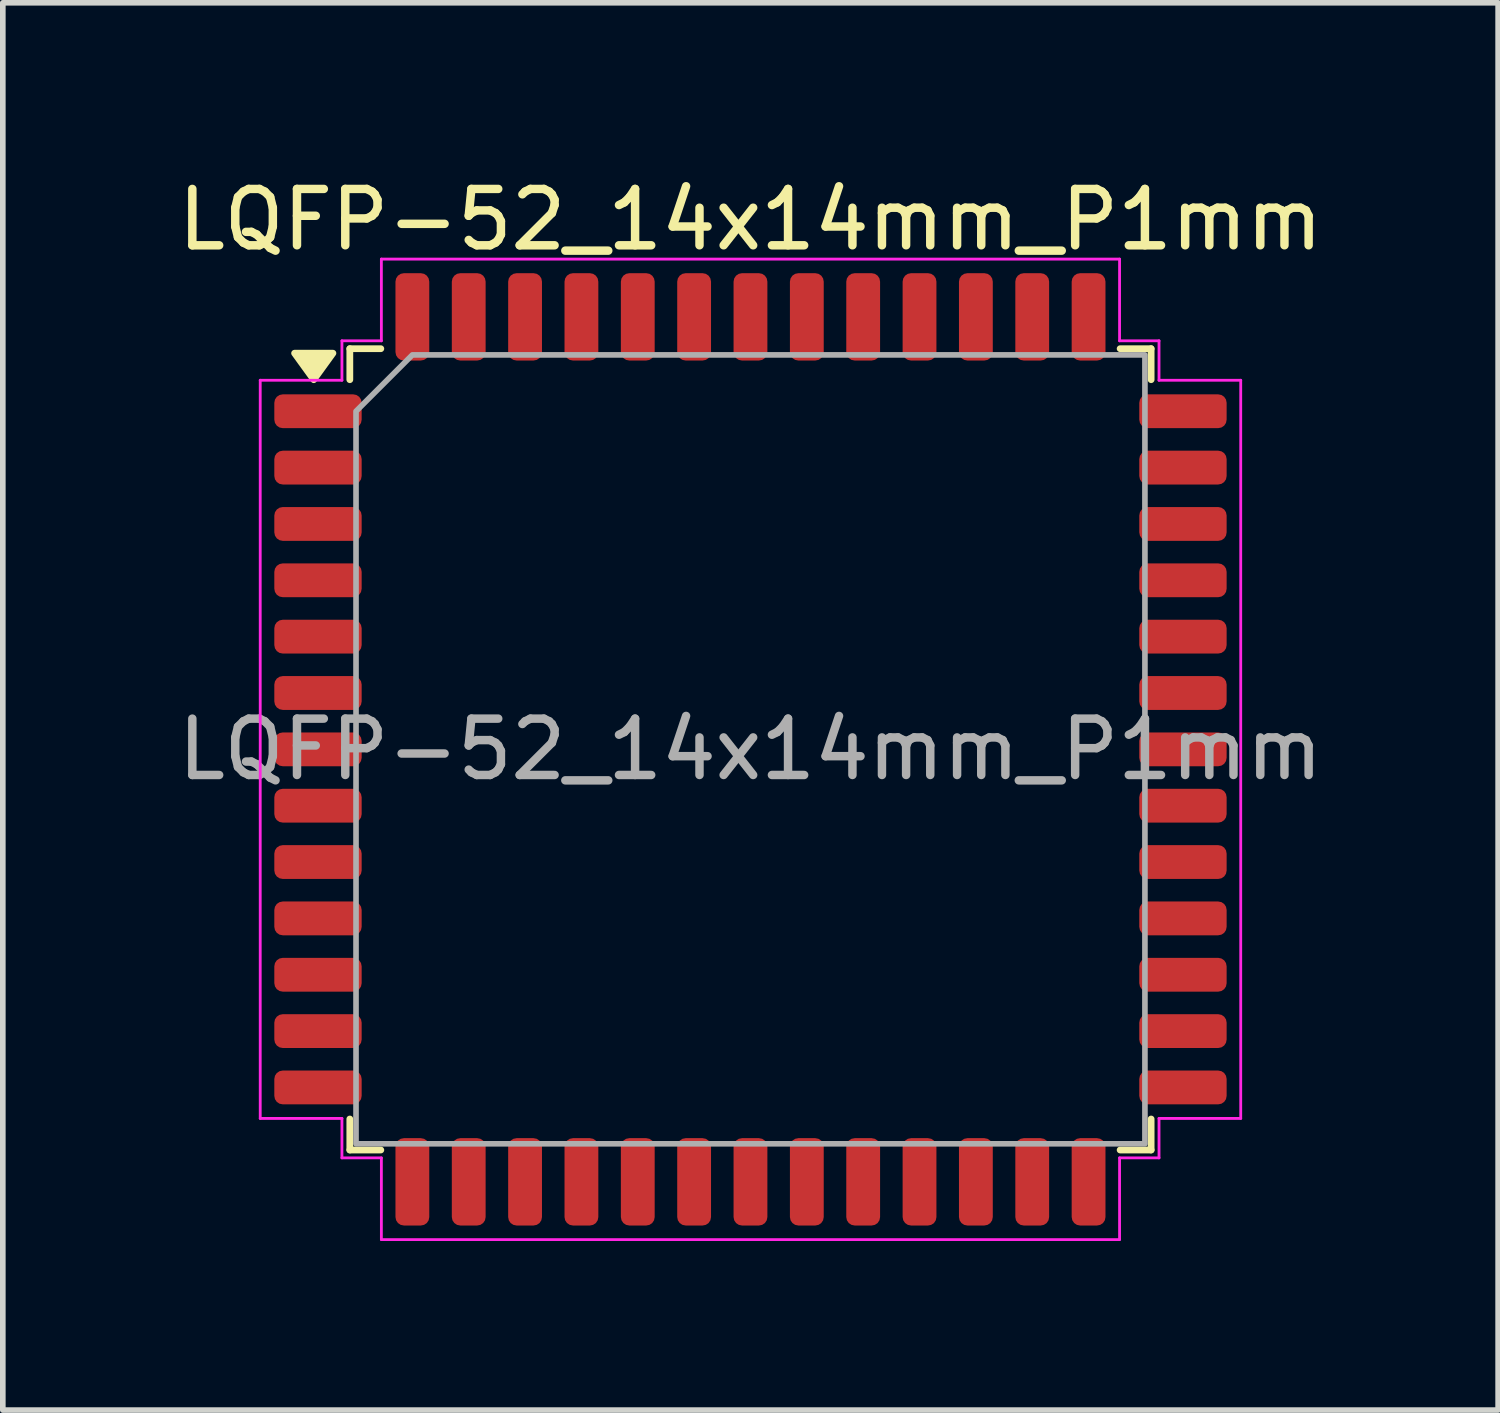
<source format=kicad_pcb>
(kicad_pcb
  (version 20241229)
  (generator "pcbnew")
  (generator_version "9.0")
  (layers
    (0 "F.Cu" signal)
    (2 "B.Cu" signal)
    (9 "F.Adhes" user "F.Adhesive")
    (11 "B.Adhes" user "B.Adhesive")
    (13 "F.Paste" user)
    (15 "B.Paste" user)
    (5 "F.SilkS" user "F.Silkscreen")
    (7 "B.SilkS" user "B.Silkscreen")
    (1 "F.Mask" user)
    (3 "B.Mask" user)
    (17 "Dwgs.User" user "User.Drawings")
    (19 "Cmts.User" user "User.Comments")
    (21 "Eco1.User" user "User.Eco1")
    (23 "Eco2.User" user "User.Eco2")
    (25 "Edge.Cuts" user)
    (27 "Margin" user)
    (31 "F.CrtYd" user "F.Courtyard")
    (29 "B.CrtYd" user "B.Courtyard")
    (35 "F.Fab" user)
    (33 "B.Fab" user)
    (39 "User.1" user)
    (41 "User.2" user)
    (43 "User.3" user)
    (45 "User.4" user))
  (footprint "LQFP-52_14x14mm_P1mm"
    (layer "F.Cu")
    (at 10.268 10.248)
    (property "Reference" "LQFP-52_14x14mm_P1mm" (at 0 -9.4 0) (layer "F.SilkS") (effects (font (size 1 1) (thickness 0.15))))
    (attr smd)
    (fp_line (start -7.11 -7.11) (end -6.56 -7.11) (stroke (width 0.12) (type solid)) (layer "F.SilkS"))
    (fp_line (start -7.11 -6.56) (end -7.11 -7.11) (stroke (width 0.12) (type solid)) (layer "F.SilkS"))
    (fp_line (start -7.11 7.11) (end -7.11 6.56) (stroke (width 0.12) (type solid)) (layer "F.SilkS"))
    (fp_line (start -6.56 7.11) (end -7.11 7.11) (stroke (width 0.12) (type solid)) (layer "F.SilkS"))
    (fp_line (start 6.56 -7.11) (end 7.11 -7.11) (stroke (width 0.12) (type solid)) (layer "F.SilkS"))
    (fp_line (start 7.11 -7.11) (end 7.11 -6.56) (stroke (width 0.12) (type solid)) (layer "F.SilkS"))
    (fp_line (start 7.11 6.56) (end 7.11 7.11) (stroke (width 0.12) (type solid)) (layer "F.SilkS"))
    (fp_line (start 7.11 7.11) (end 6.56 7.11) (stroke (width 0.12) (type solid)) (layer "F.SilkS"))
    (fp_poly (pts (xy -7.75 -6.56) (xy -8.09 -7.03) (xy -7.41 -7.03)) (stroke (width 0.12) (type solid)) (fill yes) (layer "F.SilkS"))
    (fp_line (start -8.7 -6.55) (end -7.25 -6.55) (stroke (width 0.05) (type solid)) (layer "F.CrtYd"))
    (fp_line (start -8.7 6.55) (end -8.7 -6.55) (stroke (width 0.05) (type solid)) (layer "F.CrtYd"))
    (fp_line (start -7.25 -7.25) (end -6.55 -7.25) (stroke (width 0.05) (type solid)) (layer "F.CrtYd"))
    (fp_line (start -7.25 -6.55) (end -7.25 -7.25) (stroke (width 0.05) (type solid)) (layer "F.CrtYd"))
    (fp_line (start -7.25 6.55) (end -8.7 6.55) (stroke (width 0.05) (type solid)) (layer "F.CrtYd"))
    (fp_line (start -7.25 7.25) (end -7.25 6.55) (stroke (width 0.05) (type solid)) (layer "F.CrtYd"))
    (fp_line (start -6.55 -8.7) (end 6.55 -8.7) (stroke (width 0.05) (type solid)) (layer "F.CrtYd"))
    (fp_line (start -6.55 -7.25) (end -6.55 -8.7) (stroke (width 0.05) (type solid)) (layer "F.CrtYd"))
    (fp_line (start -6.55 7.25) (end -7.25 7.25) (stroke (width 0.05) (type solid)) (layer "F.CrtYd"))
    (fp_line (start -6.55 8.7) (end -6.55 7.25) (stroke (width 0.05) (type solid)) (layer "F.CrtYd"))
    (fp_line (start 6.55 -8.7) (end 6.55 -7.25) (stroke (width 0.05) (type solid)) (layer "F.CrtYd"))
    (fp_line (start 6.55 -7.25) (end 7.25 -7.25) (stroke (width 0.05) (type solid)) (layer "F.CrtYd"))
    (fp_line (start 6.55 7.25) (end 6.55 8.7) (stroke (width 0.05) (type solid)) (layer "F.CrtYd"))
    (fp_line (start 6.55 8.7) (end -6.55 8.7) (stroke (width 0.05) (type solid)) (layer "F.CrtYd"))
    (fp_line (start 7.25 -7.25) (end 7.25 -6.55) (stroke (width 0.05) (type solid)) (layer "F.CrtYd"))
    (fp_line (start 7.25 -6.55) (end 8.7 -6.55) (stroke (width 0.05) (type solid)) (layer "F.CrtYd"))
    (fp_line (start 7.25 6.55) (end 7.25 7.25) (stroke (width 0.05) (type solid)) (layer "F.CrtYd"))
    (fp_line (start 7.25 7.25) (end 6.55 7.25) (stroke (width 0.05) (type solid)) (layer "F.CrtYd"))
    (fp_line (start 8.7 -6.55) (end 8.7 6.55) (stroke (width 0.05) (type solid)) (layer "F.CrtYd"))
    (fp_line (start 8.7 6.55) (end 7.25 6.55) (stroke (width 0.05) (type solid)) (layer "F.CrtYd"))
    (fp_poly (pts (xy -7 -6) (xy -7 7) (xy 7 7) (xy 7 -7) (xy -6 -7)) (stroke (width 0.1) (type solid)) (fill no) (layer "F.Fab"))
    (fp_text user "${REFERENCE}" (at 0 0 0) (layer "F.Fab") (effects (font (size 1 1) (thickness 0.15))))
    (pad "1" smd roundrect (at -7.675 -6) (size 1.55 0.6) (layers "F.Cu" "F.Mask" "F.Paste") (roundrect_rratio 0.25))
    (pad "2" smd roundrect (at -7.675 -5) (size 1.55 0.6) (layers "F.Cu" "F.Mask" "F.Paste") (roundrect_rratio 0.25))
    (pad "3" smd roundrect (at -7.675 -4) (size 1.55 0.6) (layers "F.Cu" "F.Mask" "F.Paste") (roundrect_rratio 0.25))
    (pad "4" smd roundrect (at -7.675 -3) (size 1.55 0.6) (layers "F.Cu" "F.Mask" "F.Paste") (roundrect_rratio 0.25))
    (pad "5" smd roundrect (at -7.675 -2) (size 1.55 0.6) (layers "F.Cu" "F.Mask" "F.Paste") (roundrect_rratio 0.25))
    (pad "6" smd roundrect (at -7.675 -1) (size 1.55 0.6) (layers "F.Cu" "F.Mask" "F.Paste") (roundrect_rratio 0.25))
    (pad "7" smd roundrect (at -7.675 0) (size 1.55 0.6) (layers "F.Cu" "F.Mask" "F.Paste") (roundrect_rratio 0.25))
    (pad "8" smd roundrect (at -7.675 1) (size 1.55 0.6) (layers "F.Cu" "F.Mask" "F.Paste") (roundrect_rratio 0.25))
    (pad "9" smd roundrect (at -7.675 2) (size 1.55 0.6) (layers "F.Cu" "F.Mask" "F.Paste") (roundrect_rratio 0.25))
    (pad "10" smd roundrect (at -7.675 3) (size 1.55 0.6) (layers "F.Cu" "F.Mask" "F.Paste") (roundrect_rratio 0.25))
    (pad "11" smd roundrect (at -7.675 4) (size 1.55 0.6) (layers "F.Cu" "F.Mask" "F.Paste") (roundrect_rratio 0.25))
    (pad "12" smd roundrect (at -7.675 5) (size 1.55 0.6) (layers "F.Cu" "F.Mask" "F.Paste") (roundrect_rratio 0.25))
    (pad "13" smd roundrect (at -7.675 6) (size 1.55 0.6) (layers "F.Cu" "F.Mask" "F.Paste") (roundrect_rratio 0.25))
    (pad "14" smd roundrect (at -6 7.675) (size 0.6 1.55) (layers "F.Cu" "F.Mask" "F.Paste") (roundrect_rratio 0.25))
    (pad "15" smd roundrect (at -5 7.675) (size 0.6 1.55) (layers "F.Cu" "F.Mask" "F.Paste") (roundrect_rratio 0.25))
    (pad "16" smd roundrect (at -4 7.675) (size 0.6 1.55) (layers "F.Cu" "F.Mask" "F.Paste") (roundrect_rratio 0.25))
    (pad "17" smd roundrect (at -3 7.675) (size 0.6 1.55) (layers "F.Cu" "F.Mask" "F.Paste") (roundrect_rratio 0.25))
    (pad "18" smd roundrect (at -2 7.675) (size 0.6 1.55) (layers "F.Cu" "F.Mask" "F.Paste") (roundrect_rratio 0.25))
    (pad "19" smd roundrect (at -1 7.675) (size 0.6 1.55) (layers "F.Cu" "F.Mask" "F.Paste") (roundrect_rratio 0.25))
    (pad "20" smd roundrect (at 0 7.675) (size 0.6 1.55) (layers "F.Cu" "F.Mask" "F.Paste") (roundrect_rratio 0.25))
    (pad "21" smd roundrect (at 1 7.675) (size 0.6 1.55) (layers "F.Cu" "F.Mask" "F.Paste") (roundrect_rratio 0.25))
    (pad "22" smd roundrect (at 2 7.675) (size 0.6 1.55) (layers "F.Cu" "F.Mask" "F.Paste") (roundrect_rratio 0.25))
    (pad "23" smd roundrect (at 3 7.675) (size 0.6 1.55) (layers "F.Cu" "F.Mask" "F.Paste") (roundrect_rratio 0.25))
    (pad "24" smd roundrect (at 4 7.675) (size 0.6 1.55) (layers "F.Cu" "F.Mask" "F.Paste") (roundrect_rratio 0.25))
    (pad "25" smd roundrect (at 5 7.675) (size 0.6 1.55) (layers "F.Cu" "F.Mask" "F.Paste") (roundrect_rratio 0.25))
    (pad "26" smd roundrect (at 6 7.675) (size 0.6 1.55) (layers "F.Cu" "F.Mask" "F.Paste") (roundrect_rratio 0.25))
    (pad "27" smd roundrect (at 7.675 6) (size 1.55 0.6) (layers "F.Cu" "F.Mask" "F.Paste") (roundrect_rratio 0.25))
    (pad "28" smd roundrect (at 7.675 5) (size 1.55 0.6) (layers "F.Cu" "F.Mask" "F.Paste") (roundrect_rratio 0.25))
    (pad "29" smd roundrect (at 7.675 4) (size 1.55 0.6) (layers "F.Cu" "F.Mask" "F.Paste") (roundrect_rratio 0.25))
    (pad "30" smd roundrect (at 7.675 3) (size 1.55 0.6) (layers "F.Cu" "F.Mask" "F.Paste") (roundrect_rratio 0.25))
    (pad "31" smd roundrect (at 7.675 2) (size 1.55 0.6) (layers "F.Cu" "F.Mask" "F.Paste") (roundrect_rratio 0.25))
    (pad "32" smd roundrect (at 7.675 1) (size 1.55 0.6) (layers "F.Cu" "F.Mask" "F.Paste") (roundrect_rratio 0.25))
    (pad "33" smd roundrect (at 7.675 0) (size 1.55 0.6) (layers "F.Cu" "F.Mask" "F.Paste") (roundrect_rratio 0.25))
    (pad "34" smd roundrect (at 7.675 -1) (size 1.55 0.6) (layers "F.Cu" "F.Mask" "F.Paste") (roundrect_rratio 0.25))
    (pad "35" smd roundrect (at 7.675 -2) (size 1.55 0.6) (layers "F.Cu" "F.Mask" "F.Paste") (roundrect_rratio 0.25))
    (pad "36" smd roundrect (at 7.675 -3) (size 1.55 0.6) (layers "F.Cu" "F.Mask" "F.Paste") (roundrect_rratio 0.25))
    (pad "37" smd roundrect (at 7.675 -4) (size 1.55 0.6) (layers "F.Cu" "F.Mask" "F.Paste") (roundrect_rratio 0.25))
    (pad "38" smd roundrect (at 7.675 -5) (size 1.55 0.6) (layers "F.Cu" "F.Mask" "F.Paste") (roundrect_rratio 0.25))
    (pad "39" smd roundrect (at 7.675 -6) (size 1.55 0.6) (layers "F.Cu" "F.Mask" "F.Paste") (roundrect_rratio 0.25))
    (pad "40" smd roundrect (at 6 -7.675) (size 0.6 1.55) (layers "F.Cu" "F.Mask" "F.Paste") (roundrect_rratio 0.25))
    (pad "41" smd roundrect (at 5 -7.675) (size 0.6 1.55) (layers "F.Cu" "F.Mask" "F.Paste") (roundrect_rratio 0.25))
    (pad "42" smd roundrect (at 4 -7.675) (size 0.6 1.55) (layers "F.Cu" "F.Mask" "F.Paste") (roundrect_rratio 0.25))
    (pad "43" smd roundrect (at 3 -7.675) (size 0.6 1.55) (layers "F.Cu" "F.Mask" "F.Paste") (roundrect_rratio 0.25))
    (pad "44" smd roundrect (at 2 -7.675) (size 0.6 1.55) (layers "F.Cu" "F.Mask" "F.Paste") (roundrect_rratio 0.25))
    (pad "45" smd roundrect (at 1 -7.675) (size 0.6 1.55) (layers "F.Cu" "F.Mask" "F.Paste") (roundrect_rratio 0.25))
    (pad "46" smd roundrect (at 0 -7.675) (size 0.6 1.55) (layers "F.Cu" "F.Mask" "F.Paste") (roundrect_rratio 0.25))
    (pad "47" smd roundrect (at -1 -7.675) (size 0.6 1.55) (layers "F.Cu" "F.Mask" "F.Paste") (roundrect_rratio 0.25))
    (pad "48" smd roundrect (at -2 -7.675) (size 0.6 1.55) (layers "F.Cu" "F.Mask" "F.Paste") (roundrect_rratio 0.25))
    (pad "49" smd roundrect (at -3 -7.675) (size 0.6 1.55) (layers "F.Cu" "F.Mask" "F.Paste") (roundrect_rratio 0.25))
    (pad "50" smd roundrect (at -4 -7.675) (size 0.6 1.55) (layers "F.Cu" "F.Mask" "F.Paste") (roundrect_rratio 0.25))
    (pad "51" smd roundrect (at -5 -7.675) (size 0.6 1.55) (layers "F.Cu" "F.Mask" "F.Paste") (roundrect_rratio 0.25))
    (pad "52" smd roundrect (at -6 -7.675) (size 0.6 1.55) (layers "F.Cu" "F.Mask" "F.Paste") (roundrect_rratio 0.25)))
  (gr_rect
    (start -3 -3)
    (end 23.536 21.973)
    (stroke (width 0.1) (type default))
    (fill no)
    (layer "Edge.Cuts")))
</source>
